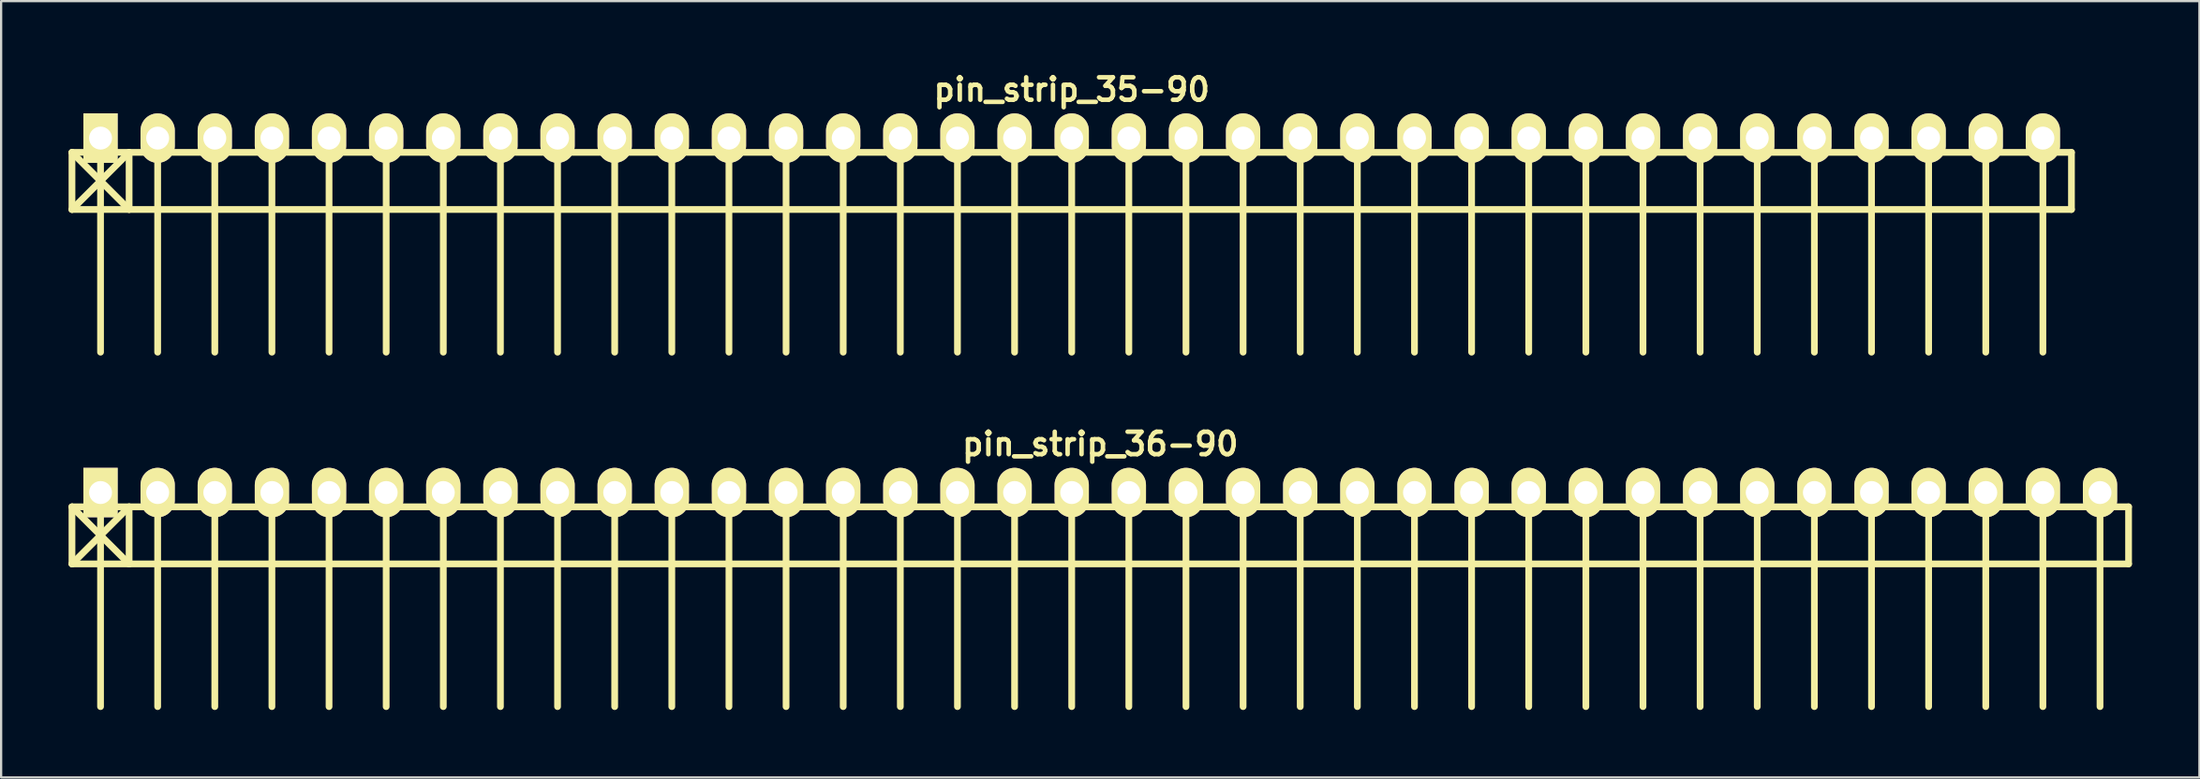
<source format=kicad_pcb>
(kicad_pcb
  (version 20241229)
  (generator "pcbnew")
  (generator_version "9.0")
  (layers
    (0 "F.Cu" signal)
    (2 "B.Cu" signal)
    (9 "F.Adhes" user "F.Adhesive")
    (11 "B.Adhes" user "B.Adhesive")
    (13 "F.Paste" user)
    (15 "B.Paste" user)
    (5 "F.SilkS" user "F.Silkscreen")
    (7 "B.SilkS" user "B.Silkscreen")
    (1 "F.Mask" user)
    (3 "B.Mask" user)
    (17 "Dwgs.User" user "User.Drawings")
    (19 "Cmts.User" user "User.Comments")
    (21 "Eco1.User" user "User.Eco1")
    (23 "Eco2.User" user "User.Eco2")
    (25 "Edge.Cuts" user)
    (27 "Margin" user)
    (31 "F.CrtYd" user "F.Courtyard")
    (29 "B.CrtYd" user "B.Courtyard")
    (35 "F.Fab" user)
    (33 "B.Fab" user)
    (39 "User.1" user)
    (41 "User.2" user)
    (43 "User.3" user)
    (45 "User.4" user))
  (footprint "pin_strip_35-90"
    (layer "F.Cu")
    (at 44.6 3.095)
    (property "Reference" "pin_strip_35-90" (at 0 -2.159 0) (layer "F.SilkS") (effects (font (size 1 1) (thickness 0.2))))
    (attr through_hole)
    (fp_line (start -44.45 0.635) (end 44.45 0.635) (stroke (width 0.3) (type solid)) (layer "F.SilkS"))
    (fp_line (start -44.45 3.175) (end -44.45 0.635) (stroke (width 0.3) (type solid)) (layer "F.SilkS"))
    (fp_line (start -44.45 3.175) (end -41.91 0.635) (stroke (width 0.3) (type solid)) (layer "F.SilkS"))
    (fp_line (start -43.18 0) (end -43.18 9.525) (stroke (width 0.3) (type solid)) (layer "F.SilkS"))
    (fp_line (start -41.91 0.635) (end -41.91 3.175) (stroke (width 0.3) (type solid)) (layer "F.SilkS"))
    (fp_line (start -41.91 3.175) (end -44.45 0.635) (stroke (width 0.3) (type solid)) (layer "F.SilkS"))
    (fp_line (start -40.64 0) (end -40.64 9.525) (stroke (width 0.3) (type solid)) (layer "F.SilkS"))
    (fp_line (start -38.1 9.525) (end -38.1 0) (stroke (width 0.3) (type solid)) (layer "F.SilkS"))
    (fp_line (start -35.56 0) (end -35.56 9.525) (stroke (width 0.3) (type solid)) (layer "F.SilkS"))
    (fp_line (start -33.02 0) (end -33.02 9.525) (stroke (width 0.3) (type solid)) (layer "F.SilkS"))
    (fp_line (start -30.48 0) (end -30.48 9.525) (stroke (width 0.3) (type solid)) (layer "F.SilkS"))
    (fp_line (start -27.94 0) (end -27.94 9.525) (stroke (width 0.3) (type solid)) (layer "F.SilkS"))
    (fp_line (start -25.4 0) (end -25.4 9.525) (stroke (width 0.3) (type solid)) (layer "F.SilkS"))
    (fp_line (start -22.86 0) (end -22.86 9.525) (stroke (width 0.3) (type solid)) (layer "F.SilkS"))
    (fp_line (start -20.32 0) (end -20.32 9.525) (stroke (width 0.3) (type solid)) (layer "F.SilkS"))
    (fp_line (start -17.78 0) (end -17.78 9.525) (stroke (width 0.3) (type solid)) (layer "F.SilkS"))
    (fp_line (start -15.24 0) (end -15.24 9.525) (stroke (width 0.3) (type solid)) (layer "F.SilkS"))
    (fp_line (start -12.7 9.525) (end -12.7 0) (stroke (width 0.3) (type solid)) (layer "F.SilkS"))
    (fp_line (start -10.16 0) (end -10.16 9.525) (stroke (width 0.3) (type solid)) (layer "F.SilkS"))
    (fp_line (start -7.62 0) (end -7.62 9.525) (stroke (width 0.3) (type solid)) (layer "F.SilkS"))
    (fp_line (start -5.08 0) (end -5.08 9.525) (stroke (width 0.3) (type solid)) (layer "F.SilkS"))
    (fp_line (start -2.54 0) (end -2.54 9.525) (stroke (width 0.3) (type solid)) (layer "F.SilkS"))
    (fp_line (start 0 0) (end 0 9.525) (stroke (width 0.3) (type solid)) (layer "F.SilkS"))
    (fp_line (start 2.54 0) (end 2.54 9.525) (stroke (width 0.3) (type solid)) (layer "F.SilkS"))
    (fp_line (start 5.08 0) (end 5.08 9.525) (stroke (width 0.3) (type solid)) (layer "F.SilkS"))
    (fp_line (start 7.62 0) (end 7.62 9.525) (stroke (width 0.3) (type solid)) (layer "F.SilkS"))
    (fp_line (start 10.16 0) (end 10.16 9.525) (stroke (width 0.3) (type solid)) (layer "F.SilkS"))
    (fp_line (start 12.7 9.525) (end 12.7 0) (stroke (width 0.3) (type solid)) (layer "F.SilkS"))
    (fp_line (start 15.24 0) (end 15.24 9.525) (stroke (width 0.3) (type solid)) (layer "F.SilkS"))
    (fp_line (start 17.78 0) (end 17.78 9.525) (stroke (width 0.3) (type solid)) (layer "F.SilkS"))
    (fp_line (start 20.32 0) (end 20.32 9.525) (stroke (width 0.3) (type solid)) (layer "F.SilkS"))
    (fp_line (start 22.86 0) (end 22.86 9.525) (stroke (width 0.3) (type solid)) (layer "F.SilkS"))
    (fp_line (start 25.4 0) (end 25.4 9.525) (stroke (width 0.3) (type solid)) (layer "F.SilkS"))
    (fp_line (start 27.94 0) (end 27.94 9.525) (stroke (width 0.3) (type solid)) (layer "F.SilkS"))
    (fp_line (start 30.48 0) (end 30.48 9.525) (stroke (width 0.3) (type solid)) (layer "F.SilkS"))
    (fp_line (start 33.02 0) (end 33.02 9.525) (stroke (width 0.3) (type solid)) (layer "F.SilkS"))
    (fp_line (start 35.56 0) (end 35.56 9.525) (stroke (width 0.3) (type solid)) (layer "F.SilkS"))
    (fp_line (start 38.1 9.525) (end 38.1 0) (stroke (width 0.3) (type solid)) (layer "F.SilkS"))
    (fp_line (start 40.64 0) (end 40.64 9.525) (stroke (width 0.3) (type solid)) (layer "F.SilkS"))
    (fp_line (start 43.18 0) (end 43.18 9.525) (stroke (width 0.3) (type solid)) (layer "F.SilkS"))
    (fp_line (start 44.45 0.635) (end 44.45 3.175) (stroke (width 0.3) (type solid)) (layer "F.SilkS"))
    (fp_line (start 44.45 3.175) (end -44.45 3.175) (stroke (width 0.3) (type solid)) (layer "F.SilkS"))
    (pad "1" thru_hole rect (at -43.18 0) (size 1.524 2.2) (drill 1.02) (layers "*.Cu" "*.Mask" "F.SilkS"))
    (pad "2" thru_hole oval (at -40.64 0) (size 1.524 2.2) (drill 1.02) (layers "*.Cu" "*.Mask" "F.SilkS"))
    (pad "3" thru_hole oval (at -38.1 0) (size 1.524 2.2) (drill 1.02) (layers "*.Cu" "*.Mask" "F.SilkS"))
    (pad "4" thru_hole oval (at -35.56 0) (size 1.524 2.2) (drill 1.02) (layers "*.Cu" "*.Mask" "F.SilkS"))
    (pad "5" thru_hole oval (at -33.02 0) (size 1.524 2.2) (drill 1.02) (layers "*.Cu" "*.Mask" "F.SilkS"))
    (pad "6" thru_hole oval (at -30.48 0) (size 1.524 2.2) (drill 1.02) (layers "*.Cu" "*.Mask" "F.SilkS"))
    (pad "7" thru_hole oval (at -27.94 0) (size 1.524 2.2) (drill 1.02) (layers "*.Cu" "*.Mask" "F.SilkS"))
    (pad "8" thru_hole oval (at -25.4 0) (size 1.524 2.2) (drill 1.02) (layers "*.Cu" "*.Mask" "F.SilkS"))
    (pad "9" thru_hole oval (at -22.86 0) (size 1.524 2.2) (drill 1.02) (layers "*.Cu" "*.Mask" "F.SilkS"))
    (pad "10" thru_hole oval (at -20.32 0) (size 1.524 2.2) (drill 1.02) (layers "*.Cu" "*.Mask" "F.SilkS"))
    (pad "11" thru_hole oval (at -17.78 0) (size 1.524 2.2) (drill 1.02) (layers "*.Cu" "*.Mask" "F.SilkS"))
    (pad "12" thru_hole oval (at -15.24 0) (size 1.524 2.2) (drill 1.02) (layers "*.Cu" "*.Mask" "F.SilkS"))
    (pad "13" thru_hole oval (at -12.7 0) (size 1.524 2.2) (drill 1.02) (layers "*.Cu" "*.Mask" "F.SilkS"))
    (pad "14" thru_hole oval (at -10.16 0) (size 1.524 2.2) (drill 1.02) (layers "*.Cu" "*.Mask" "F.SilkS"))
    (pad "15" thru_hole oval (at -7.62 0) (size 1.524 2.2) (drill 1.02) (layers "*.Cu" "*.Mask" "F.SilkS"))
    (pad "16" thru_hole oval (at -5.08 0) (size 1.524 2.2) (drill 1.02) (layers "*.Cu" "*.Mask" "F.SilkS"))
    (pad "17" thru_hole oval (at -2.54 0) (size 1.524 2.2) (drill 1.02) (layers "*.Cu" "*.Mask" "F.SilkS"))
    (pad "18" thru_hole oval (at 0 0) (size 1.524 2.2) (drill 1.02) (layers "*.Cu" "*.Mask" "F.SilkS"))
    (pad "19" thru_hole oval (at 2.54 0) (size 1.524 2.2) (drill 1.02) (layers "*.Cu" "*.Mask" "F.SilkS"))
    (pad "20" thru_hole oval (at 5.08 0) (size 1.524 2.2) (drill 1.02) (layers "*.Cu" "*.Mask" "F.SilkS"))
    (pad "21" thru_hole oval (at 7.62 0) (size 1.524 2.2) (drill 1.02) (layers "*.Cu" "*.Mask" "F.SilkS"))
    (pad "22" thru_hole oval (at 10.16 0) (size 1.524 2.2) (drill 1.02) (layers "*.Cu" "*.Mask" "F.SilkS"))
    (pad "23" thru_hole oval (at 12.7 0) (size 1.524 2.2) (drill 1.02) (layers "*.Cu" "*.Mask" "F.SilkS"))
    (pad "24" thru_hole oval (at 15.24 0) (size 1.524 2.2) (drill 1.02) (layers "*.Cu" "*.Mask" "F.SilkS"))
    (pad "25" thru_hole oval (at 17.78 0) (size 1.524 2.2) (drill 1.02) (layers "*.Cu" "*.Mask" "F.SilkS"))
    (pad "26" thru_hole oval (at 20.32 0) (size 1.524 2.2) (drill 1.02) (layers "*.Cu" "*.Mask" "F.SilkS"))
    (pad "27" thru_hole oval (at 22.86 0) (size 1.524 2.2) (drill 1.02) (layers "*.Cu" "*.Mask" "F.SilkS"))
    (pad "28" thru_hole oval (at 25.4 0) (size 1.524 2.2) (drill 1.02) (layers "*.Cu" "*.Mask" "F.SilkS"))
    (pad "29" thru_hole oval (at 27.94 0) (size 1.524 2.2) (drill 1.02) (layers "*.Cu" "*.Mask" "F.SilkS"))
    (pad "30" thru_hole oval (at 30.48 0) (size 1.524 2.2) (drill 1.02) (layers "*.Cu" "*.Mask" "F.SilkS"))
    (pad "31" thru_hole oval (at 33.02 0) (size 1.524 2.2) (drill 1.02) (layers "*.Cu" "*.Mask" "F.SilkS"))
    (pad "32" thru_hole oval (at 35.56 0) (size 1.524 2.2) (drill 1.02) (layers "*.Cu" "*.Mask" "F.SilkS"))
    (pad "33" thru_hole oval (at 38.1 0) (size 1.524 2.2) (drill 1.02) (layers "*.Cu" "*.Mask" "F.SilkS"))
    (pad "34" thru_hole oval (at 40.64 0) (size 1.524 2.2) (drill 1.02) (layers "*.Cu" "*.Mask" "F.SilkS"))
    (pad "35" thru_hole oval (at 43.18 0) (size 1.524 2.2) (drill 1.02) (layers "*.Cu" "*.Mask" "F.SilkS")))
  (footprint "pin_strip_36-90"
    (layer "F.Cu")
    (at 45.87 18.865)
    (property "Reference" "pin_strip_36-90" (at 0 -2.159 0) (layer "F.SilkS") (effects (font (size 1 1) (thickness 0.2))))
    (attr through_hole)
    (fp_line (start -45.72 0.635) (end 45.72 0.635) (stroke (width 0.3) (type solid)) (layer "F.SilkS"))
    (fp_line (start -45.72 3.175) (end -45.72 0.635) (stroke (width 0.3) (type solid)) (layer "F.SilkS"))
    (fp_line (start -45.72 3.175) (end -43.18 0.635) (stroke (width 0.3) (type solid)) (layer "F.SilkS"))
    (fp_line (start -44.45 0) (end -44.45 9.525) (stroke (width 0.3) (type solid)) (layer "F.SilkS"))
    (fp_line (start -43.18 0.635) (end -43.18 3.175) (stroke (width 0.3) (type solid)) (layer "F.SilkS"))
    (fp_line (start -43.18 3.175) (end -45.72 0.635) (stroke (width 0.3) (type solid)) (layer "F.SilkS"))
    (fp_line (start -41.91 0) (end -41.91 9.525) (stroke (width 0.3) (type solid)) (layer "F.SilkS"))
    (fp_line (start -39.37 9.525) (end -39.37 0) (stroke (width 0.3) (type solid)) (layer "F.SilkS"))
    (fp_line (start -36.83 0) (end -36.83 9.525) (stroke (width 0.3) (type solid)) (layer "F.SilkS"))
    (fp_line (start -34.29 0) (end -34.29 9.525) (stroke (width 0.3) (type solid)) (layer "F.SilkS"))
    (fp_line (start -31.75 0) (end -31.75 9.525) (stroke (width 0.3) (type solid)) (layer "F.SilkS"))
    (fp_line (start -29.21 0) (end -29.21 9.525) (stroke (width 0.3) (type solid)) (layer "F.SilkS"))
    (fp_line (start -26.67 0) (end -26.67 9.525) (stroke (width 0.3) (type solid)) (layer "F.SilkS"))
    (fp_line (start -24.13 0) (end -24.13 9.525) (stroke (width 0.3) (type solid)) (layer "F.SilkS"))
    (fp_line (start -21.59 0) (end -21.59 9.525) (stroke (width 0.3) (type solid)) (layer "F.SilkS"))
    (fp_line (start -19.05 0) (end -19.05 9.525) (stroke (width 0.3) (type solid)) (layer "F.SilkS"))
    (fp_line (start -16.51 0) (end -16.51 9.525) (stroke (width 0.3) (type solid)) (layer "F.SilkS"))
    (fp_line (start -13.97 9.525) (end -13.97 0) (stroke (width 0.3) (type solid)) (layer "F.SilkS"))
    (fp_line (start -11.43 0) (end -11.43 9.525) (stroke (width 0.3) (type solid)) (layer "F.SilkS"))
    (fp_line (start -8.89 0) (end -8.89 9.525) (stroke (width 0.3) (type solid)) (layer "F.SilkS"))
    (fp_line (start -6.35 0) (end -6.35 9.525) (stroke (width 0.3) (type solid)) (layer "F.SilkS"))
    (fp_line (start -3.81 0) (end -3.81 9.525) (stroke (width 0.3) (type solid)) (layer "F.SilkS"))
    (fp_line (start -1.27 0) (end -1.27 9.525) (stroke (width 0.3) (type solid)) (layer "F.SilkS"))
    (fp_line (start 1.27 0) (end 1.27 9.525) (stroke (width 0.3) (type solid)) (layer "F.SilkS"))
    (fp_line (start 3.81 0) (end 3.81 9.525) (stroke (width 0.3) (type solid)) (layer "F.SilkS"))
    (fp_line (start 6.35 0) (end 6.35 9.525) (stroke (width 0.3) (type solid)) (layer "F.SilkS"))
    (fp_line (start 8.89 0) (end 8.89 9.525) (stroke (width 0.3) (type solid)) (layer "F.SilkS"))
    (fp_line (start 11.43 9.525) (end 11.43 0) (stroke (width 0.3) (type solid)) (layer "F.SilkS"))
    (fp_line (start 13.97 0) (end 13.97 9.525) (stroke (width 0.3) (type solid)) (layer "F.SilkS"))
    (fp_line (start 16.51 0) (end 16.51 9.525) (stroke (width 0.3) (type solid)) (layer "F.SilkS"))
    (fp_line (start 19.05 0) (end 19.05 9.525) (stroke (width 0.3) (type solid)) (layer "F.SilkS"))
    (fp_line (start 21.59 0) (end 21.59 9.525) (stroke (width 0.3) (type solid)) (layer "F.SilkS"))
    (fp_line (start 24.13 0) (end 24.13 9.525) (stroke (width 0.3) (type solid)) (layer "F.SilkS"))
    (fp_line (start 26.67 0) (end 26.67 9.525) (stroke (width 0.3) (type solid)) (layer "F.SilkS"))
    (fp_line (start 29.21 0) (end 29.21 9.525) (stroke (width 0.3) (type solid)) (layer "F.SilkS"))
    (fp_line (start 31.75 0) (end 31.75 9.525) (stroke (width 0.3) (type solid)) (layer "F.SilkS"))
    (fp_line (start 34.29 0) (end 34.29 9.525) (stroke (width 0.3) (type solid)) (layer "F.SilkS"))
    (fp_line (start 36.83 9.525) (end 36.83 0) (stroke (width 0.3) (type solid)) (layer "F.SilkS"))
    (fp_line (start 39.37 0) (end 39.37 9.525) (stroke (width 0.3) (type solid)) (layer "F.SilkS"))
    (fp_line (start 41.91 0) (end 41.91 9.525) (stroke (width 0.3) (type solid)) (layer "F.SilkS"))
    (fp_line (start 44.45 0) (end 44.45 9.525) (stroke (width 0.3) (type solid)) (layer "F.SilkS"))
    (fp_line (start 45.72 0.635) (end 45.72 3.175) (stroke (width 0.3) (type solid)) (layer "F.SilkS"))
    (fp_line (start 45.72 3.175) (end -45.72 3.175) (stroke (width 0.3) (type solid)) (layer "F.SilkS"))
    (pad "1" thru_hole rect (at -44.45 0) (size 1.524 2.2) (drill 1.02) (layers "*.Cu" "*.Mask" "F.SilkS"))
    (pad "2" thru_hole oval (at -41.91 0) (size 1.524 2.2) (drill 1.02) (layers "*.Cu" "*.Mask" "F.SilkS"))
    (pad "3" thru_hole oval (at -39.37 0) (size 1.524 2.2) (drill 1.02) (layers "*.Cu" "*.Mask" "F.SilkS"))
    (pad "4" thru_hole oval (at -36.83 0) (size 1.524 2.2) (drill 1.02) (layers "*.Cu" "*.Mask" "F.SilkS"))
    (pad "5" thru_hole oval (at -34.29 0) (size 1.524 2.2) (drill 1.02) (layers "*.Cu" "*.Mask" "F.SilkS"))
    (pad "6" thru_hole oval (at -31.75 0) (size 1.524 2.2) (drill 1.02) (layers "*.Cu" "*.Mask" "F.SilkS"))
    (pad "7" thru_hole oval (at -29.21 0) (size 1.524 2.2) (drill 1.02) (layers "*.Cu" "*.Mask" "F.SilkS"))
    (pad "8" thru_hole oval (at -26.67 0) (size 1.524 2.2) (drill 1.02) (layers "*.Cu" "*.Mask" "F.SilkS"))
    (pad "9" thru_hole oval (at -24.13 0) (size 1.524 2.2) (drill 1.02) (layers "*.Cu" "*.Mask" "F.SilkS"))
    (pad "10" thru_hole oval (at -21.59 0) (size 1.524 2.2) (drill 1.02) (layers "*.Cu" "*.Mask" "F.SilkS"))
    (pad "11" thru_hole oval (at -19.05 0) (size 1.524 2.2) (drill 1.02) (layers "*.Cu" "*.Mask" "F.SilkS"))
    (pad "12" thru_hole oval (at -16.51 0) (size 1.524 2.2) (drill 1.02) (layers "*.Cu" "*.Mask" "F.SilkS"))
    (pad "13" thru_hole oval (at -13.97 0) (size 1.524 2.2) (drill 1.02) (layers "*.Cu" "*.Mask" "F.SilkS"))
    (pad "14" thru_hole oval (at -11.43 0) (size 1.524 2.2) (drill 1.02) (layers "*.Cu" "*.Mask" "F.SilkS"))
    (pad "15" thru_hole oval (at -8.89 0) (size 1.524 2.2) (drill 1.02) (layers "*.Cu" "*.Mask" "F.SilkS"))
    (pad "16" thru_hole oval (at -6.35 0) (size 1.524 2.2) (drill 1.02) (layers "*.Cu" "*.Mask" "F.SilkS"))
    (pad "17" thru_hole oval (at -3.81 0) (size 1.524 2.2) (drill 1.02) (layers "*.Cu" "*.Mask" "F.SilkS"))
    (pad "18" thru_hole oval (at -1.27 0) (size 1.524 2.2) (drill 1.02) (layers "*.Cu" "*.Mask" "F.SilkS"))
    (pad "19" thru_hole oval (at 1.27 0) (size 1.524 2.2) (drill 1.02) (layers "*.Cu" "*.Mask" "F.SilkS"))
    (pad "20" thru_hole oval (at 3.81 0) (size 1.524 2.2) (drill 1.02) (layers "*.Cu" "*.Mask" "F.SilkS"))
    (pad "21" thru_hole oval (at 6.35 0) (size 1.524 2.2) (drill 1.02) (layers "*.Cu" "*.Mask" "F.SilkS"))
    (pad "22" thru_hole oval (at 8.89 0) (size 1.524 2.2) (drill 1.02) (layers "*.Cu" "*.Mask" "F.SilkS"))
    (pad "23" thru_hole oval (at 11.43 0) (size 1.524 2.2) (drill 1.02) (layers "*.Cu" "*.Mask" "F.SilkS"))
    (pad "24" thru_hole oval (at 13.97 0) (size 1.524 2.2) (drill 1.02) (layers "*.Cu" "*.Mask" "F.SilkS"))
    (pad "25" thru_hole oval (at 16.51 0) (size 1.524 2.2) (drill 1.02) (layers "*.Cu" "*.Mask" "F.SilkS"))
    (pad "26" thru_hole oval (at 19.05 0) (size 1.524 2.2) (drill 1.02) (layers "*.Cu" "*.Mask" "F.SilkS"))
    (pad "27" thru_hole oval (at 21.59 0) (size 1.524 2.2) (drill 1.02) (layers "*.Cu" "*.Mask" "F.SilkS"))
    (pad "28" thru_hole oval (at 24.13 0) (size 1.524 2.2) (drill 1.02) (layers "*.Cu" "*.Mask" "F.SilkS"))
    (pad "29" thru_hole oval (at 26.67 0) (size 1.524 2.2) (drill 1.02) (layers "*.Cu" "*.Mask" "F.SilkS"))
    (pad "30" thru_hole oval (at 29.21 0) (size 1.524 2.2) (drill 1.02) (layers "*.Cu" "*.Mask" "F.SilkS"))
    (pad "31" thru_hole oval (at 31.75 0) (size 1.524 2.2) (drill 1.02) (layers "*.Cu" "*.Mask" "F.SilkS"))
    (pad "32" thru_hole oval (at 34.29 0) (size 1.524 2.2) (drill 1.02) (layers "*.Cu" "*.Mask" "F.SilkS"))
    (pad "33" thru_hole oval (at 36.83 0) (size 1.524 2.2) (drill 1.02) (layers "*.Cu" "*.Mask" "F.SilkS"))
    (pad "34" thru_hole oval (at 39.37 0) (size 1.524 2.2) (drill 1.02) (layers "*.Cu" "*.Mask" "F.SilkS"))
    (pad "35" thru_hole oval (at 41.91 0) (size 1.524 2.2) (drill 1.02) (layers "*.Cu" "*.Mask" "F.SilkS"))
    (pad "36" thru_hole oval (at 44.45 0) (size 1.524 2.2) (drill 1.02) (layers "*.Cu" "*.Mask" "F.SilkS")))
  (gr_rect
    (start -3 -3)
    (end 94.74 31.54)
    (stroke (width 0.1) (type default))
    (fill no)
    (layer "Edge.Cuts")))
</source>
